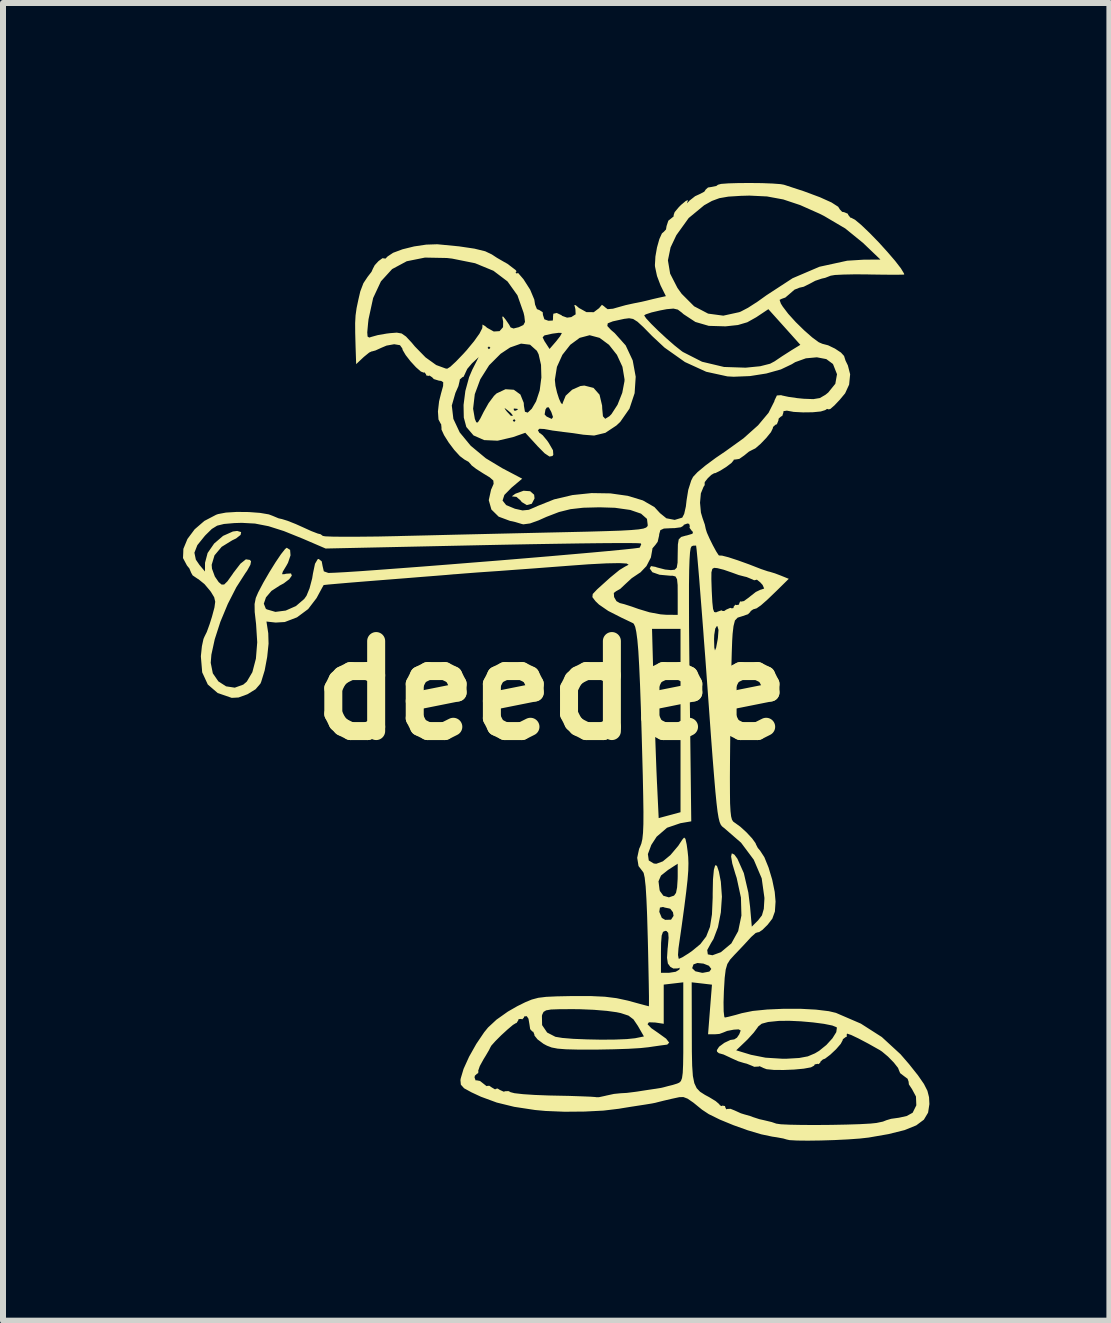
<source format=kicad_pcb>
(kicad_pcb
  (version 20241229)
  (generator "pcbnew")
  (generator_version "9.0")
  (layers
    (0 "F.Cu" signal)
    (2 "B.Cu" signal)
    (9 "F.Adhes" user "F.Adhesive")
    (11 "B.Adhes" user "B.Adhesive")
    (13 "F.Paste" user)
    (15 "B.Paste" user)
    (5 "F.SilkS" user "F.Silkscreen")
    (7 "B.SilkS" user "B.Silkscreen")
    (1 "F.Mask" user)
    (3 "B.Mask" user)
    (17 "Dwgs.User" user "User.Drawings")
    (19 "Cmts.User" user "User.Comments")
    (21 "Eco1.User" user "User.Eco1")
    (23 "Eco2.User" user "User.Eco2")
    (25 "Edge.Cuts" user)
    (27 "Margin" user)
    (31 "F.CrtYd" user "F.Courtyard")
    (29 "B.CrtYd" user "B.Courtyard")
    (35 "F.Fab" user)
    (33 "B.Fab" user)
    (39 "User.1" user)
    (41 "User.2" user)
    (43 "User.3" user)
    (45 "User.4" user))
  (footprint "deedee"
    (layer "F.Cu")
    (at 6.148 8.456)
    (property "Reference" "deedee" (at 0 0 0) (layer "F.SilkS") (effects (font (size 1.5 1.5) (thickness 0.3))))
    (attr board_only exclude_from_pos_files exclude_from_bom)
    (fp_poly (pts (xy -0.362 -3.319) (xy -0.296 -3.261) (xy -0.289 -3.199) (xy -0.335 -3.11) (xy -0.418 -3.088) (xy -0.503 -3.139) (xy -0.519 -3.162) (xy -0.591 -3.225) (xy -0.649 -3.231) (xy -0.667 -3.235) (xy -0.613 -3.274) (xy -0.602 -3.28) (xy -0.472 -3.327)) (stroke (width 0) (type solid)) (fill yes) (layer "F.SilkS"))
    (fp_poly (pts (xy 3.504 -8.454) (xy 3.68 -8.447) (xy 3.813 -8.437) (xy 3.868 -8.427) (xy 4.201 -8.318) (xy 4.467 -8.219) (xy 4.66 -8.132) (xy 4.772 -8.06) (xy 4.8 -8.015) (xy 4.838 -7.975) (xy 4.87 -7.97) (xy 4.932 -7.944) (xy 4.94 -7.923) (xy 4.976 -7.878) (xy 4.99 -7.876) (xy 5.053 -7.843) (xy 5.16 -7.753) (xy 5.295 -7.624) (xy 5.444 -7.471) (xy 5.59 -7.31) (xy 5.72 -7.159) (xy 5.818 -7.032) (xy 5.869 -6.947) (xy 5.872 -6.93) (xy 5.829 -6.928) (xy 5.709 -6.927) (xy 5.532 -6.928) (xy 5.314 -6.931) (xy 5.284 -6.932) (xy 5.057 -6.934) (xy 4.861 -6.93) (xy 4.718 -6.923) (xy 4.646 -6.911) (xy 4.644 -6.91) (xy 4.554 -6.875) (xy 4.499 -6.863) (xy 4.389 -6.826) (xy 4.303 -6.78) (xy 4.197 -6.727) (xy 4.126 -6.711) (xy 4.043 -6.678) (xy 3.974 -6.618) (xy 3.891 -6.547) (xy 3.829 -6.525) (xy 3.795 -6.508) (xy 3.816 -6.447) (xy 3.847 -6.397) (xy 3.939 -6.276) (xy 4.064 -6.138) (xy 4.204 -6.001) (xy 4.338 -5.883) (xy 4.448 -5.802) (xy 4.508 -5.776) (xy 4.604 -5.751) (xy 4.718 -5.696) (xy 4.818 -5.63) (xy 4.87 -5.573) (xy 4.872 -5.566) (xy 4.894 -5.496) (xy 4.933 -5.416) (xy 4.971 -5.268) (xy 4.954 -5.096) (xy 4.887 -4.95) (xy 4.886 -4.949) (xy 4.797 -4.842) (xy 4.709 -4.749) (xy 4.641 -4.69) (xy 4.614 -4.683) (xy 4.614 -4.683) (xy 4.586 -4.691) (xy 4.556 -4.671) (xy 4.481 -4.648) (xy 4.346 -4.635) (xy 4.185 -4.633) (xy 4.031 -4.641) (xy 3.916 -4.662) (xy 3.915 -4.662) (xy 3.86 -4.653) (xy 3.857 -4.626) (xy 3.839 -4.572) (xy 3.822 -4.567) (xy 3.78 -4.53) (xy 3.775 -4.497) (xy 3.75 -4.435) (xy 3.728 -4.428) (xy 3.686 -4.39) (xy 3.682 -4.367) (xy 3.651 -4.303) (xy 3.574 -4.208) (xy 3.479 -4.109) (xy 3.391 -4.033) (xy 3.34 -4.008) (xy 3.284 -3.979) (xy 3.207 -3.916) (xy 3.124 -3.858) (xy 3.069 -3.849) (xy 3.031 -3.845) (xy 3.029 -3.834) (xy 2.994 -3.791) (xy 2.909 -3.726) (xy 2.809 -3.663) (xy 2.727 -3.622) (xy 2.703 -3.618) (xy 2.657 -3.591) (xy 2.598 -3.535) (xy 2.548 -3.472) (xy 2.546 -3.449) (xy 2.547 -3.421) (xy 2.527 -3.391) (xy 2.483 -3.283) (xy 2.469 -3.127) (xy 2.484 -2.963) (xy 2.51 -2.875) (xy 2.549 -2.763) (xy 2.565 -2.688) (xy 2.584 -2.628) (xy 2.628 -2.529) (xy 2.684 -2.416) (xy 2.739 -2.315) (xy 2.78 -2.252) (xy 2.794 -2.247) (xy 2.835 -2.246) (xy 2.944 -2.218) (xy 3.1 -2.167) (xy 3.286 -2.1) (xy 3.481 -2.024) (xy 3.495 -2.019) (xy 3.599 -1.984) (xy 3.629 -1.977) (xy 3.718 -1.95) (xy 3.82 -1.911) (xy 3.948 -1.859) (xy 3.749 -1.663) (xy 3.592 -1.512) (xy 3.484 -1.417) (xy 3.412 -1.367) (xy 3.362 -1.352) (xy 3.358 -1.352) (xy 3.311 -1.32) (xy 3.309 -1.309) (xy 3.269 -1.269) (xy 3.173 -1.236) (xy 3.096 -1.212) (xy 3.051 -1.165) (xy 3.027 -1.071) (xy 3.012 -0.941) (xy 3.005 -0.827) (xy 2.998 -0.634) (xy 2.991 -0.377) (xy 2.984 -0.069) (xy 2.979 0.275) (xy 2.974 0.64) (xy 2.973 0.74) (xy 2.969 1.141) (xy 2.967 1.458) (xy 2.968 1.703) (xy 2.97 1.884) (xy 2.977 2.013) (xy 2.987 2.1) (xy 3.001 2.153) (xy 3.02 2.185) (xy 3.045 2.204) (xy 3.053 2.209) (xy 3.141 2.273) (xy 3.244 2.367) (xy 3.337 2.467) (xy 3.394 2.546) (xy 3.402 2.568) (xy 3.432 2.626) (xy 3.47 2.671) (xy 3.541 2.78) (xy 3.611 2.952) (xy 3.672 3.155) (xy 3.714 3.359) (xy 3.728 3.52) (xy 3.717 3.686) (xy 3.674 3.805) (xy 3.596 3.906) (xy 3.51 3.991) (xy 3.451 4.031) (xy 3.439 4.03) (xy 3.396 4.044) (xy 3.321 4.111) (xy 3.304 4.13) (xy 3.198 4.245) (xy 3.074 4.376) (xy 3.041 4.41) (xy 2.97 4.488) (xy 2.924 4.561) (xy 2.897 4.654) (xy 2.88 4.791) (xy 2.868 4.995) (xy 2.867 5.009) (xy 2.861 5.199) (xy 2.863 5.349) (xy 2.873 5.437) (xy 2.882 5.453) (xy 2.944 5.44) (xy 3.065 5.409) (xy 3.166 5.38) (xy 3.348 5.343) (xy 3.589 5.319) (xy 3.863 5.307) (xy 4.142 5.307) (xy 4.402 5.321) (xy 4.616 5.347) (xy 4.734 5.375) (xy 5.149 5.554) (xy 5.499 5.778) (xy 5.81 6.064) (xy 5.951 6.227) (xy 6.102 6.417) (xy 6.201 6.56) (xy 6.259 6.674) (xy 6.286 6.781) (xy 6.292 6.895) (xy 6.27 7.038) (xy 6.2 7.155) (xy 6.073 7.25) (xy 5.878 7.329) (xy 5.608 7.396) (xy 5.281 7.453) (xy 5.13 7.47) (xy 4.934 7.484) (xy 4.711 7.495) (xy 4.482 7.502) (xy 4.267 7.505) (xy 4.087 7.503) (xy 3.961 7.496) (xy 3.911 7.485) (xy 3.857 7.469) (xy 3.743 7.448) (xy 3.674 7.438) (xy 3.489 7.399) (xy 3.264 7.332) (xy 3.026 7.247) (xy 2.8 7.154) (xy 2.615 7.063) (xy 2.503 6.989) (xy 2.358 6.871) (xy 2.262 6.805) (xy 2.191 6.778) (xy 2.126 6.78) (xy 2.114 6.782) (xy 1.999 6.807) (xy 1.866 6.838) (xy 1.758 6.865) (xy 1.724 6.874) (xy 1.669 6.885) (xy 1.552 6.904) (xy 1.468 6.917) (xy 1.306 6.942) (xy 1.164 6.965) (xy 1.119 6.973) (xy 0.859 7.004) (xy 0.545 7.02) (xy 0.211 7.023) (xy -0.105 7.01) (xy -0.28 6.994) (xy -0.628 6.941) (xy -0.918 6.87) (xy -1.182 6.773) (xy -1.341 6.699) (xy -1.463 6.632) (xy -1.517 6.572) (xy -1.524 6.496) (xy -1.52 6.471) (xy -1.515 6.453) (xy -1.289 6.453) (xy -1.271 6.501) (xy -1.254 6.499) (xy -1.198 6.51) (xy -1.146 6.551) (xy -1.089 6.596) (xy -1.072 6.592) (xy -1.043 6.59) (xy -1.002 6.618) (xy -0.946 6.651) (xy -0.932 6.641) (xy -0.904 6.636) (xy -0.87 6.658) (xy -0.802 6.689) (xy -0.777 6.681) (xy -0.721 6.679) (xy -0.689 6.697) (xy -0.623 6.714) (xy -0.482 6.73) (xy -0.285 6.743) (xy -0.049 6.752) (xy 0.047 6.754) (xy 0.287 6.759) (xy 0.492 6.766) (xy 0.644 6.772) (xy 0.727 6.778) (xy 0.737 6.781) (xy 0.787 6.78) (xy 0.889 6.758) (xy 0.9 6.755) (xy 1.034 6.726) (xy 1.142 6.715) (xy 1.248 6.709) (xy 1.392 6.691) (xy 1.421 6.687) (xy 1.574 6.663) (xy 1.708 6.643) (xy 1.724 6.641) (xy 1.822 6.625) (xy 1.864 6.615) (xy 1.927 6.598) (xy 1.934 6.596) (xy 2.012 6.577) (xy 2.086 6.554) (xy 2.123 6.538) (xy 2.15 6.512) (xy 2.169 6.462) (xy 2.181 6.375) (xy 2.187 6.237) (xy 2.19 6.036) (xy 2.19 5.756) (xy 2.19 5.692) (xy 2.19 4.866) (xy 2.33 4.866) (xy 2.332 5.707) (xy 2.333 6.022) (xy 2.338 6.257) (xy 2.35 6.428) (xy 2.374 6.547) (xy 2.413 6.63) (xy 2.47 6.69) (xy 2.551 6.742) (xy 2.622 6.78) (xy 2.729 6.845) (xy 2.791 6.898) (xy 2.796 6.911) (xy 2.826 6.929) (xy 2.843 6.921) (xy 2.885 6.928) (xy 2.89 6.949) (xy 2.907 6.984) (xy 2.919 6.977) (xy 2.977 6.974) (xy 3.047 7.002) (xy 3.15 7.049) (xy 3.208 7.067) (xy 3.304 7.094) (xy 3.348 7.111) (xy 3.459 7.147) (xy 3.531 7.163) (xy 3.664 7.195) (xy 3.74 7.221) (xy 3.816 7.232) (xy 3.965 7.239) (xy 4.169 7.243) (xy 4.407 7.244) (xy 4.66 7.242) (xy 4.908 7.237) (xy 5.132 7.23) (xy 5.313 7.22) (xy 5.409 7.21) (xy 5.518 7.187) (xy 5.576 7.164) (xy 5.653 7.141) (xy 5.774 7.124) (xy 5.783 7.123) (xy 5.914 7.094) (xy 6.01 7.041) (xy 6.013 7.039) (xy 6.074 6.916) (xy 6.068 6.769) (xy 6.002 6.646) (xy 5.95 6.567) (xy 5.945 6.52) (xy 5.928 6.473) (xy 5.874 6.433) (xy 5.805 6.38) (xy 5.791 6.348) (xy 5.769 6.292) (xy 5.698 6.202) (xy 5.601 6.103) (xy 5.502 6.02) (xy 5.466 5.996) (xy 5.274 5.888) (xy 5.109 5.801) (xy 4.987 5.743) (xy 4.921 5.721) (xy 4.915 5.729) (xy 4.914 5.774) (xy 4.896 5.779) (xy 4.849 5.815) (xy 4.847 5.83) (xy 4.814 5.892) (xy 4.736 5.982) (xy 4.639 6.073) (xy 4.553 6.138) (xy 4.516 6.152) (xy 4.476 6.188) (xy 4.474 6.201) (xy 4.446 6.23) (xy 4.432 6.224) (xy 4.381 6.234) (xy 4.37 6.255) (xy 4.318 6.283) (xy 4.198 6.305) (xy 4.039 6.32) (xy 3.864 6.327) (xy 3.702 6.326) (xy 3.578 6.314) (xy 3.518 6.291) (xy 3.518 6.29) (xy 3.462 6.264) (xy 3.446 6.27) (xy 3.372 6.274) (xy 3.344 6.261) (xy 3.247 6.222) (xy 3.202 6.211) (xy 3.104 6.181) (xy 2.98 6.125) (xy 2.969 6.119) (xy 2.861 6.069) (xy 2.79 6.049) (xy 2.785 6.049) (xy 2.753 6.022) (xy 2.75 5.999) (xy 3.072 5.999) (xy 3.319 6.074) (xy 3.561 6.122) (xy 3.849 6.14) (xy 3.918 6.139) (xy 4.122 6.127) (xy 4.266 6.1) (xy 4.384 6.05) (xy 4.454 6.008) (xy 4.575 5.91) (xy 4.676 5.799) (xy 4.74 5.696) (xy 4.75 5.623) (xy 4.744 5.614) (xy 4.674 5.586) (xy 4.535 5.558) (xy 4.352 5.534) (xy 4.15 5.516) (xy 3.953 5.507) (xy 3.786 5.509) (xy 3.782 5.509) (xy 3.604 5.527) (xy 3.497 5.556) (xy 3.438 5.603) (xy 3.429 5.618) (xy 3.364 5.705) (xy 3.263 5.816) (xy 3.225 5.853) (xy 3.072 5.999) (xy 2.75 5.999) (xy 2.75 5.996) (xy 2.787 5.939) (xy 2.875 5.874) (xy 2.974 5.827) (xy 3.04 5.817) (xy 3.085 5.788) (xy 3.123 5.732) (xy 3.147 5.669) (xy 3.113 5.65) (xy 3.031 5.655) (xy 2.921 5.676) (xy 2.858 5.702) (xy 2.792 5.726) (xy 2.715 5.732) (xy 2.603 5.732) (xy 2.635 5.319) (xy 2.668 4.905) (xy 2.499 4.885) (xy 2.33 4.866) (xy 2.19 4.866) (xy 2.027 4.885) (xy 1.864 4.904) (xy 1.864 5.23) (xy 1.864 5.557) (xy 1.724 5.536) (xy 1.617 5.532) (xy 1.594 5.564) (xy 1.657 5.63) (xy 1.771 5.709) (xy 1.904 5.805) (xy 1.955 5.871) (xy 1.923 5.904) (xy 1.899 5.907) (xy 1.822 5.917) (xy 1.689 5.936) (xy 1.608 5.948) (xy 1.475 5.962) (xy 1.274 5.974) (xy 1.029 5.982) (xy 0.765 5.987) (xy 0.699 5.987) (xy 0.428 5.987) (xy 0.233 5.982) (xy 0.095 5.971) (xy -0.004 5.952) (xy -0.082 5.922) (xy -0.14 5.891) (xy -0.239 5.817) (xy -0.29 5.754) (xy -0.291 5.739) (xy -0.311 5.689) (xy -0.326 5.686) (xy -0.362 5.646) (xy -0.373 5.572) (xy -0.39 5.473) (xy -0.419 5.43) (xy -0.462 5.435) (xy -0.466 5.453) (xy -0.494 5.483) (xy -0.513 5.476) (xy -0.556 5.48) (xy -0.559 5.497) (xy -0.589 5.544) (xy -0.6 5.546) (xy -0.649 5.576) (xy -0.738 5.651) (xy -0.844 5.748) (xy -0.942 5.846) (xy -1.009 5.921) (xy -1.025 5.949) (xy -1.048 5.996) (xy -1.105 6.093) (xy -1.139 6.148) (xy -1.201 6.261) (xy -1.228 6.339) (xy -1.225 6.357) (xy -1.23 6.384) (xy -1.243 6.385) (xy -1.284 6.423) (xy -1.289 6.453) (xy -1.515 6.453) (xy -1.472 6.309) (xy -1.38 6.106) (xy -1.26 5.893) (xy -1.129 5.699) (xy -1.064 5.619) (xy -0.923 5.488) (xy -0.834 5.425) (xy -0.166 5.425) (xy -0.163 5.579) (xy -0.079 5.703) (xy 0.059 5.774) (xy 0.175 5.793) (xy 0.358 5.808) (xy 0.583 5.817) (xy 0.824 5.822) (xy 1.055 5.82) (xy 1.251 5.812) (xy 1.386 5.798) (xy 1.391 5.797) (xy 1.534 5.768) (xy 1.433 5.592) (xy 1.36 5.484) (xy 1.277 5.421) (xy 1.149 5.379) (xy 1.077 5.364) (xy 0.917 5.342) (xy 0.7 5.324) (xy 0.461 5.314) (xy 0.343 5.313) (xy 0.127 5.314) (xy -0.014 5.319) (xy -0.096 5.333) (xy -0.139 5.359) (xy -0.16 5.402) (xy -0.166 5.425) (xy -0.834 5.425) (xy -0.734 5.354) (xy -0.577 5.264) (xy -0.444 5.198) (xy -0.335 5.153) (xy -0.226 5.124) (xy -0.095 5.108) (xy 0.082 5.1) (xy 0.328 5.095) (xy 0.347 5.095) (xy 0.648 5.095) (xy 0.883 5.106) (xy 1.077 5.13) (xy 1.258 5.169) (xy 1.282 5.175) (xy 1.442 5.219) (xy 1.561 5.251) (xy 1.616 5.265) (xy 1.617 5.265) (xy 1.618 5.221) (xy 1.618 5.097) (xy 1.615 4.904) (xy 1.611 4.707) (xy 1.818 4.707) (xy 1.955 4.707) (xy 2.064 4.69) (xy 2.125 4.653) (xy 2.129 4.63) (xy 2.338 4.63) (xy 2.391 4.682) (xy 2.501 4.707) (xy 2.519 4.707) (xy 2.625 4.687) (xy 2.657 4.643) (xy 2.617 4.59) (xy 2.526 4.554) (xy 2.425 4.544) (xy 2.36 4.567) (xy 2.338 4.63) (xy 2.129 4.63) (xy 2.131 4.622) (xy 2.102 4.634) (xy 2.025 4.636) (xy 1.974 4.608) (xy 1.933 4.552) (xy 1.919 4.457) (xy 1.929 4.3) (xy 1.932 4.278) (xy 1.945 4.124) (xy 1.939 4.042) (xy 1.911 4.011) (xy 1.89 4.008) (xy 1.852 4.025) (xy 1.83 4.086) (xy 1.82 4.21) (xy 1.818 4.358) (xy 1.818 4.707) (xy 1.611 4.707) (xy 1.61 4.657) (xy 1.604 4.368) (xy 1.599 4.16) (xy 1.588 3.779) (xy 1.585 3.691) (xy 1.79 3.691) (xy 1.832 3.792) (xy 1.888 3.825) (xy 1.986 3.822) (xy 2.028 3.758) (xy 2.018 3.698) (xy 1.974 3.641) (xy 1.956 3.635) (xy 1.882 3.62) (xy 1.852 3.61) (xy 1.801 3.62) (xy 1.79 3.691) (xy 1.585 3.691) (xy 1.576 3.484) (xy 1.563 3.268) (xy 1.553 3.182) (xy 1.777 3.182) (xy 1.794 3.319) (xy 1.8 3.344) (xy 1.858 3.423) (xy 1.95 3.45) (xy 2.036 3.421) (xy 2.069 3.375) (xy 2.087 3.284) (xy 2.096 3.146) (xy 2.097 3.095) (xy 2.097 2.889) (xy 1.935 2.994) (xy 1.819 3.086) (xy 1.777 3.182) (xy 1.553 3.182) (xy 1.547 3.123) (xy 1.529 3.042) (xy 1.513 3.018) (xy 1.444 2.928) (xy 1.422 2.791) (xy 1.435 2.729) (xy 1.6 2.729) (xy 1.615 2.835) (xy 1.699 2.886) (xy 1.741 2.89) (xy 1.849 2.85) (xy 1.976 2.745) (xy 2.106 2.591) (xy 2.173 2.489) (xy 2.204 2.453) (xy 2.226 2.475) (xy 2.247 2.57) (xy 2.262 2.68) (xy 2.272 2.777) (xy 2.276 2.881) (xy 2.273 3.004) (xy 2.261 3.158) (xy 2.239 3.355) (xy 2.207 3.608) (xy 2.163 3.93) (xy 2.11 4.299) (xy 2.102 4.411) (xy 2.113 4.471) (xy 2.119 4.474) (xy 2.174 4.449) (xy 2.275 4.386) (xy 2.333 4.346) (xy 2.474 4.23) (xy 2.572 4.102) (xy 2.635 3.942) (xy 2.668 3.733) (xy 2.68 3.454) (xy 2.68 3.391) (xy 2.685 3.15) (xy 2.7 2.99) (xy 2.722 2.914) (xy 2.751 2.924) (xy 2.784 3.022) (xy 2.816 3.19) (xy 2.834 3.439) (xy 2.816 3.701) (xy 2.768 3.947) (xy 2.693 4.145) (xy 2.655 4.207) (xy 2.589 4.328) (xy 2.599 4.4) (xy 2.676 4.415) (xy 2.811 4.366) (xy 2.82 4.361) (xy 2.991 4.218) (xy 3.105 4.012) (xy 3.159 3.753) (xy 3.151 3.454) (xy 3.08 3.126) (xy 3.059 3.062) (xy 3.007 2.887) (xy 2.987 2.769) (xy 2.999 2.716) (xy 3.042 2.738) (xy 3.092 2.806) (xy 3.199 3.046) (xy 3.274 3.369) (xy 3.303 3.605) (xy 3.332 3.938) (xy 3.437 3.833) (xy 3.501 3.75) (xy 3.532 3.642) (xy 3.542 3.477) (xy 3.542 3.456) (xy 3.497 3.133) (xy 3.365 2.823) (xy 3.153 2.539) (xy 2.868 2.292) (xy 2.857 2.284) (xy 2.834 2.265) (xy 2.813 2.236) (xy 2.795 2.192) (xy 2.778 2.122) (xy 2.761 2.02) (xy 2.744 1.877) (xy 2.725 1.686) (xy 2.704 1.439) (xy 2.679 1.128) (xy 2.65 0.745) (xy 2.617 0.283) (xy 2.59 -0.089) (xy 2.557 -0.543) (xy 2.533 -0.854) (xy 2.703 -0.854) (xy 2.707 -0.713) (xy 2.718 -0.665) (xy 2.737 -0.71) (xy 2.763 -0.847) (xy 2.767 -0.874) (xy 2.777 -1.007) (xy 2.759 -1.069) (xy 2.75 -1.072) (xy 2.723 -1.03) (xy 2.706 -0.924) (xy 2.703 -0.854) (xy 2.533 -0.854) (xy 2.525 -0.968) (xy 2.495 -1.355) (xy 2.468 -1.695) (xy 2.456 -1.851) (xy 2.658 -1.851) (xy 2.664 -1.661) (xy 2.674 -1.471) (xy 2.686 -1.358) (xy 2.705 -1.306) (xy 2.736 -1.3) (xy 2.761 -1.311) (xy 2.827 -1.334) (xy 2.843 -1.324) (xy 2.871 -1.322) (xy 2.905 -1.345) (xy 2.973 -1.375) (xy 2.999 -1.367) (xy 3.027 -1.372) (xy 3.029 -1.393) (xy 3.057 -1.428) (xy 3.076 -1.421) (xy 3.118 -1.429) (xy 3.123 -1.45) (xy 3.139 -1.485) (xy 3.151 -1.479) (xy 3.2 -1.488) (xy 3.283 -1.548) (xy 3.302 -1.564) (xy 3.399 -1.64) (xy 3.476 -1.677) (xy 3.483 -1.678) (xy 3.538 -1.697) (xy 3.512 -1.757) (xy 3.472 -1.801) (xy 3.417 -1.845) (xy 3.402 -1.841) (xy 3.371 -1.835) (xy 3.344 -1.848) (xy 3.245 -1.889) (xy 3.21 -1.897) (xy 3.114 -1.922) (xy 3.001 -1.963) (xy 2.865 -2.01) (xy 2.758 -2.037) (xy 2.705 -2.042) (xy 2.674 -2.025) (xy 2.659 -1.967) (xy 2.658 -1.851) (xy 2.456 -1.851) (xy 2.445 -1.98) (xy 2.426 -2.2) (xy 2.412 -2.347) (xy 2.404 -2.411) (xy 2.403 -2.413) (xy 2.352 -2.411) (xy 2.326 -2.398) (xy 2.313 -2.369) (xy 2.302 -2.298) (xy 2.294 -2.177) (xy 2.288 -2.001) (xy 2.285 -1.763) (xy 2.285 -1.457) (xy 2.286 -1.077) (xy 2.29 -0.616) (xy 2.296 -0.089) (xy 2.323 2.183) (xy 2.142 2.214) (xy 1.919 2.29) (xy 1.746 2.439) (xy 1.657 2.576) (xy 1.6 2.729) (xy 1.435 2.729) (xy 1.454 2.641) (xy 1.469 2.609) (xy 1.491 2.553) (xy 1.508 2.479) (xy 1.519 2.375) (xy 1.525 2.228) (xy 1.526 2.027) (xy 1.522 1.759) (xy 1.515 1.414) (xy 1.512 1.303) (xy 1.497 0.752) (xy 1.483 0.288) (xy 1.469 -0.097) (xy 1.455 -0.408) (xy 1.441 -0.654) (xy 1.425 -0.839) (xy 1.407 -0.973) (xy 1.396 -1.025) (xy 1.669 -1.025) (xy 1.697 -0.012) (xy 1.708 0.331) (xy 1.719 0.685) (xy 1.731 1.023) (xy 1.742 1.32) (xy 1.752 1.552) (xy 1.753 1.565) (xy 1.78 2.129) (xy 1.962 2.08) (xy 2.144 2.031) (xy 2.144 0.503) (xy 2.144 -1.025) (xy 1.906 -1.025) (xy 1.669 -1.025) (xy 1.396 -1.025) (xy 1.388 -1.06) (xy 1.366 -1.108) (xy 1.352 -1.12) (xy 1.256 -1.166) (xy 1.165 -1.209) (xy 0.939 -1.324) (xy 0.785 -1.43) (xy 0.726 -1.487) (xy 0.675 -1.554) (xy 0.681 -1.606) (xy 0.697 -1.623) (xy 1.032 -1.623) (xy 1.037 -1.555) (xy 1.076 -1.487) (xy 1.132 -1.455) (xy 1.204 -1.437) (xy 1.332 -1.396) (xy 1.445 -1.356) (xy 1.627 -1.301) (xy 1.811 -1.267) (xy 1.899 -1.26) (xy 2.097 -1.258) (xy 2.097 -1.585) (xy 2.096 -1.755) (xy 2.086 -1.852) (xy 2.06 -1.898) (xy 2.011 -1.911) (xy 1.969 -1.911) (xy 1.794 -1.927) (xy 1.675 -1.969) (xy 1.631 -2.031) (xy 1.631 -2.032) (xy 1.652 -2.071) (xy 1.727 -2.058) (xy 1.751 -2.049) (xy 1.887 -2.014) (xy 1.984 -2.004) (xy 2.047 -2.011) (xy 2.081 -2.045) (xy 2.095 -2.129) (xy 2.097 -2.278) (xy 2.1 -2.431) (xy 2.114 -2.516) (xy 2.155 -2.557) (xy 2.232 -2.579) (xy 2.249 -2.582) (xy 2.343 -2.61) (xy 2.352 -2.641) (xy 2.336 -2.653) (xy 2.294 -2.71) (xy 2.299 -2.737) (xy 2.288 -2.775) (xy 2.258 -2.781) (xy 2.198 -2.759) (xy 2.19 -2.742) (xy 2.149 -2.718) (xy 2.045 -2.704) (xy 1.992 -2.703) (xy 1.867 -2.697) (xy 1.808 -2.67) (xy 1.789 -2.604) (xy 1.787 -2.58) (xy 1.763 -2.476) (xy 1.725 -2.424) (xy 1.676 -2.367) (xy 1.674 -2.348) (xy 1.65 -2.214) (xy 1.576 -2.071) (xy 1.476 -1.966) (xy 1.455 -1.953) (xy 1.33 -1.869) (xy 1.224 -1.771) (xy 1.139 -1.691) (xy 1.075 -1.655) (xy 1.072 -1.654) (xy 1.032 -1.623) (xy 0.697 -1.623) (xy 0.75 -1.679) (xy 0.758 -1.687) (xy 0.973 -1.881) (xy 1.126 -2.006) (xy 1.218 -2.062) (xy 1.279 -2.094) (xy 1.247 -2.114) (xy 1.125 -2.121) (xy 0.912 -2.117) (xy 0.61 -2.101) (xy 0.296 -2.078) (xy -0.02 -2.054) (xy -0.334 -2.03) (xy -0.624 -2.009) (xy -0.864 -1.991) (xy -1.025 -1.98) (xy -1.24 -1.965) (xy -1.448 -1.949) (xy -1.61 -1.936) (xy -1.631 -1.935) (xy -1.741 -1.925) (xy -1.926 -1.91) (xy -2.169 -1.891) (xy -2.452 -1.868) (xy -2.756 -1.844) (xy -2.82 -1.839) (xy -3.11 -1.816) (xy -3.367 -1.795) (xy -3.577 -1.777) (xy -3.725 -1.764) (xy -3.798 -1.756) (xy -3.804 -1.755) (xy -3.827 -1.714) (xy -3.88 -1.616) (xy -3.922 -1.538) (xy -4.062 -1.355) (xy -4.248 -1.217) (xy -4.452 -1.139) (xy -4.604 -1.13) (xy -4.757 -1.147) (xy -4.727 -0.952) (xy -4.722 -0.777) (xy -4.745 -0.556) (xy -4.787 -0.331) (xy -4.845 -0.142) (xy -4.858 -0.112) (xy -4.939 -0.018) (xy -5.074 0.065) (xy -5.223 0.119) (xy -5.336 0.125) (xy -5.571 0.044) (xy -5.735 -0.098) (xy -5.828 -0.3) (xy -5.85 -0.563) (xy -5.849 -0.582) (xy -5.833 -0.736) (xy -5.807 -0.856) (xy -5.788 -0.9) (xy -5.752 -0.972) (xy -5.704 -1.104) (xy -5.665 -1.228) (xy -5.624 -1.381) (xy -5.611 -1.477) (xy -5.628 -1.551) (xy -5.678 -1.634) (xy -5.694 -1.657) (xy -5.79 -1.771) (xy -5.89 -1.852) (xy -5.906 -1.861) (xy -5.987 -1.916) (xy -6.012 -1.96) (xy -6.042 -2.032) (xy -6.082 -2.081) (xy -6.148 -2.205) (xy -6.144 -2.294) (xy -5.958 -2.294) (xy -5.934 -2.179) (xy -5.874 -2.091) (xy -5.782 -1.981) (xy -5.781 -2.126) (xy -5.738 -2.289) (xy -5.629 -2.447) (xy -5.48 -2.575) (xy -5.316 -2.648) (xy -5.245 -2.657) (xy -5.179 -2.638) (xy -5.188 -2.591) (xy -5.263 -2.532) (xy -5.329 -2.5) (xy -5.504 -2.392) (xy -5.623 -2.25) (xy -5.67 -2.093) (xy -5.665 -2.028) (xy -5.617 -1.897) (xy -5.553 -1.804) (xy -5.504 -1.763) (xy -5.462 -1.764) (xy -5.407 -1.818) (xy -5.322 -1.937) (xy -5.31 -1.956) (xy -5.19 -2.112) (xy -5.1 -2.184) (xy -5.033 -2.174) (xy -5.014 -2.151) (xy -5.025 -2.093) (xy -5.08 -1.994) (xy -5.109 -1.953) (xy -5.259 -1.719) (xy -5.401 -1.441) (xy -5.525 -1.143) (xy -5.619 -0.852) (xy -5.675 -0.595) (xy -5.686 -0.459) (xy -5.651 -0.284) (xy -5.559 -0.15) (xy -5.43 -0.067) (xy -5.285 -0.045) (xy -5.143 -0.096) (xy -5.084 -0.147) (xy -4.992 -0.303) (xy -4.933 -0.528) (xy -4.911 -0.801) (xy -4.93 -1.103) (xy -4.931 -1.113) (xy -4.953 -1.307) (xy -4.955 -1.439) (xy -4.935 -1.54) (xy -4.896 -1.631) (xy -4.809 -1.796) (xy -4.708 -1.97) (xy -4.606 -2.134) (xy -4.515 -2.269) (xy -4.447 -2.355) (xy -4.419 -2.377) (xy -4.363 -2.341) (xy -4.356 -2.25) (xy -4.398 -2.126) (xy -4.424 -2.079) (xy -4.485 -1.978) (xy -4.497 -1.936) (xy -4.461 -1.936) (xy -4.429 -1.944) (xy -4.348 -1.949) (xy -4.334 -1.913) (xy -4.377 -1.853) (xy -4.469 -1.783) (xy -4.534 -1.748) (xy -4.673 -1.658) (xy -4.765 -1.55) (xy -4.801 -1.445) (xy -4.769 -1.363) (xy -4.752 -1.35) (xy -4.608 -1.308) (xy -4.436 -1.33) (xy -4.266 -1.405) (xy -4.128 -1.523) (xy -4.09 -1.576) (xy -4.039 -1.7) (xy -3.995 -1.867) (xy -3.982 -1.948) (xy -3.948 -2.11) (xy -3.903 -2.186) (xy -3.886 -2.19) (xy -3.836 -2.15) (xy -3.822 -2.074) (xy -3.801 -1.984) (xy -3.726 -1.957) (xy -3.717 -1.957) (xy -3.612 -1.961) (xy -3.43 -1.971) (xy -3.183 -1.987) (xy -2.88 -2.009) (xy -2.532 -2.035) (xy -2.149 -2.064) (xy -1.741 -2.096) (xy -1.318 -2.13) (xy -0.891 -2.164) (xy -0.47 -2.199) (xy -0.065 -2.233) (xy 0.313 -2.266) (xy 0.655 -2.296) (xy 0.95 -2.323) (xy 1.188 -2.346) (xy 1.358 -2.364) (xy 1.451 -2.376) (xy 1.465 -2.38) (xy 1.489 -2.435) (xy 1.482 -2.449) (xy 1.431 -2.453) (xy 1.296 -2.455) (xy 1.085 -2.455) (xy 0.806 -2.453) (xy 0.467 -2.449) (xy 0.078 -2.443) (xy -0.354 -2.436) (xy -0.821 -2.427) (xy -1.158 -2.42) (xy -3.771 -2.364) (xy -4.157 -2.53) (xy -4.467 -2.655) (xy -4.722 -2.736) (xy -4.948 -2.78) (xy -5.169 -2.792) (xy -5.295 -2.788) (xy -5.466 -2.773) (xy -5.579 -2.745) (xy -5.668 -2.69) (xy -5.769 -2.591) (xy -5.785 -2.574) (xy -5.909 -2.42) (xy -5.958 -2.294) (xy -6.144 -2.294) (xy -6.142 -2.358) (xy -6.074 -2.523) (xy -5.954 -2.684) (xy -5.792 -2.824) (xy -5.597 -2.926) (xy -5.564 -2.938) (xy -5.433 -2.963) (xy -5.252 -2.974) (xy -5.052 -2.972) (xy -4.864 -2.958) (xy -4.718 -2.933) (xy -4.657 -2.91) (xy -4.554 -2.867) (xy -4.499 -2.855) (xy -4.408 -2.827) (xy -4.269 -2.772) (xy -4.149 -2.718) (xy -4.008 -2.654) (xy -3.901 -2.613) (xy -3.857 -2.603) (xy -3.822 -2.578) (xy -3.822 -2.575) (xy -3.777 -2.567) (xy -3.651 -2.562) (xy -3.455 -2.56) (xy -3.202 -2.561) (xy -2.902 -2.564) (xy -2.567 -2.571) (xy -2.505 -2.573) (xy -2.077 -2.583) (xy -1.588 -2.595) (xy -1.07 -2.607) (xy -0.554 -2.619) (xy -0.073 -2.63) (xy 0.194 -2.636) (xy 0.591 -2.645) (xy 0.904 -2.654) (xy 1.144 -2.662) (xy 1.321 -2.672) (xy 1.444 -2.683) (xy 1.524 -2.696) (xy 1.57 -2.713) (xy 1.592 -2.734) (xy 1.598 -2.75) (xy 1.585 -2.858) (xy 1.486 -2.945) (xy 1.306 -3.007) (xy 1.051 -3.043) (xy 0.792 -3.051) (xy 0.523 -3.044) (xy 0.311 -3.02) (xy 0.118 -2.972) (xy -0.09 -2.892) (xy -0.222 -2.833) (xy -0.364 -2.782) (xy -0.476 -2.767) (xy -0.502 -2.773) (xy -0.612 -2.806) (xy -0.699 -2.825) (xy -0.887 -2.895) (xy -1.008 -3.014) (xy -1.052 -3.17) (xy -1.013 -3.347) (xy -1.006 -3.361) (xy -0.971 -3.442) (xy -0.976 -3.497) (xy -1.036 -3.55) (xy -1.145 -3.616) (xy -1.262 -3.691) (xy -1.337 -3.749) (xy -1.352 -3.768) (xy -1.389 -3.809) (xy -1.456 -3.846) (xy -1.533 -3.904) (xy -1.627 -4.007) (xy -1.721 -4.132) (xy -1.797 -4.253) (xy -1.84 -4.347) (xy -1.84 -4.383) (xy -1.846 -4.438) (xy -1.853 -4.444) (xy -1.89 -4.515) (xy -1.899 -4.649) (xy -1.888 -4.747) (xy -1.668 -4.747) (xy -1.642 -4.525) (xy -1.536 -4.299) (xy -1.353 -4.077) (xy -1.1 -3.867) (xy -0.826 -3.702) (xy -0.495 -3.528) (xy -0.674 -3.377) (xy -0.792 -3.257) (xy -0.822 -3.163) (xy -0.762 -3.088) (xy -0.616 -3.027) (xy -0.489 -2.999) (xy -0.385 -3.009) (xy -0.254 -3.065) (xy -0.241 -3.072) (xy 0.037 -3.183) (xy 0.343 -3.255) (xy 0.662 -3.288) (xy 0.975 -3.283) (xy 1.265 -3.242) (xy 1.516 -3.166) (xy 1.709 -3.055) (xy 1.803 -2.953) (xy 1.908 -2.868) (xy 2.047 -2.841) (xy 2.173 -2.879) (xy 2.205 -2.941) (xy 2.233 -3.065) (xy 2.245 -3.169) (xy 2.273 -3.342) (xy 2.322 -3.497) (xy 2.353 -3.558) (xy 2.427 -3.637) (xy 2.56 -3.748) (xy 2.733 -3.876) (xy 2.892 -3.984) (xy 3.194 -4.201) (xy 3.437 -4.418) (xy 3.611 -4.626) (xy 3.707 -4.816) (xy 3.712 -4.836) (xy 3.75 -4.915) (xy 3.82 -4.92) (xy 3.839 -4.914) (xy 3.941 -4.892) (xy 4.094 -4.87) (xy 4.198 -4.86) (xy 4.358 -4.854) (xy 4.466 -4.872) (xy 4.559 -4.926) (xy 4.606 -4.964) (xy 4.724 -5.11) (xy 4.752 -5.269) (xy 4.687 -5.434) (xy 4.681 -5.442) (xy 4.574 -5.521) (xy 4.416 -5.551) (xy 4.233 -5.534) (xy 4.055 -5.47) (xy 3.999 -5.436) (xy 3.817 -5.349) (xy 3.574 -5.281) (xy 3.301 -5.238) (xy 3.029 -5.227) (xy 2.925 -5.233) (xy 2.572 -5.31) (xy 2.218 -5.472) (xy 1.877 -5.713) (xy 1.67 -5.906) (xy 1.526 -6.053) (xy 1.427 -6.144) (xy 1.354 -6.19) (xy 1.287 -6.202) (xy 1.207 -6.192) (xy 1.183 -6.187) (xy 1.015 -6.15) (xy 0.931 -6.117) (xy 0.924 -6.073) (xy 0.985 -6.007) (xy 1.046 -5.955) (xy 1.23 -5.749) (xy 1.347 -5.499) (xy 1.397 -5.227) (xy 1.379 -4.953) (xy 1.293 -4.695) (xy 1.139 -4.474) (xy 1.075 -4.414) (xy 0.891 -4.292) (xy 0.704 -4.247) (xy 0.524 -4.261) (xy 0.353 -4.287) (xy 0.174 -4.309) (xy 0.163 -4.311) (xy 0.014 -4.33) (xy -0.113 -4.353) (xy -0.128 -4.356) (xy -0.208 -4.36) (xy -0.233 -4.335) (xy -0.207 -4.289) (xy -0.198 -4.287) (xy -0.153 -4.252) (xy -0.08 -4.164) (xy -0.051 -4.122) (xy 0.018 -4.002) (xy 0.024 -3.928) (xy 0.01 -3.906) (xy -0.04 -3.897) (xy -0.12 -3.95) (xy -0.242 -4.073) (xy -0.242 -4.074) (xy -0.443 -4.293) (xy -0.647 -4.221) (xy -0.904 -4.161) (xy -1.128 -4.171) (xy -1.306 -4.249) (xy -1.426 -4.39) (xy -1.468 -4.547) (xy -1.471 -4.694) (xy -1.313 -4.694) (xy -1.284 -4.525) (xy -1.26 -4.467) (xy -1.234 -4.466) (xy -1.214 -4.497) (xy -0.652 -4.497) (xy -0.629 -4.474) (xy -0.606 -4.497) (xy -0.629 -4.521) (xy -0.652 -4.497) (xy -1.214 -4.497) (xy -1.193 -4.53) (xy -1.138 -4.64) (xy -1.1 -4.707) (xy -0.789 -4.707) (xy -0.778 -4.683) (xy -0.752 -4.649) (xy -0.684 -4.576) (xy -0.653 -4.577) (xy -0.652 -4.585) (xy -0.664 -4.598) (xy -0.121 -4.598) (xy -0.087 -4.563) (xy -0.003 -4.524) (xy 0.019 -4.555) (xy -0.01 -4.64) (xy -0.052 -4.717) (xy -0.084 -4.715) (xy -0.107 -4.681) (xy -0.121 -4.598) (xy -0.664 -4.598) (xy -0.684 -4.624) (xy -0.734 -4.666) (xy -0.768 -4.692) (xy -0.637 -4.692) (xy -0.631 -4.664) (xy -0.606 -4.661) (xy -0.568 -4.678) (xy -0.575 -4.692) (xy -0.63 -4.697) (xy -0.637 -4.692) (xy -0.768 -4.692) (xy -0.789 -4.707) (xy -1.1 -4.707) (xy -1.055 -4.787) (xy -0.965 -4.908) (xy -0.922 -4.949) (xy -0.773 -5.019) (xy -0.634 -5.01) (xy -0.525 -4.931) (xy -0.469 -4.792) (xy -0.466 -4.743) (xy -0.449 -4.644) (xy -0.403 -4.629) (xy -0.335 -4.694) (xy -0.263 -4.817) (xy -0.203 -4.999) (xy -0.18 -5.179) (xy 0.05 -5.179) (xy 0.05 -5.173) (xy 0.06 -5.075) (xy 0.086 -4.963) (xy 0.119 -4.86) (xy 0.152 -4.788) (xy 0.175 -4.769) (xy 0.183 -4.797) (xy 0.23 -4.911) (xy 0.338 -5.011) (xy 0.475 -5.072) (xy 0.541 -5.08) (xy 0.694 -5.041) (xy 0.794 -4.928) (xy 0.837 -4.746) (xy 0.839 -4.697) (xy 0.851 -4.568) (xy 0.889 -4.526) (xy 0.959 -4.569) (xy 0.993 -4.604) (xy 1.094 -4.76) (xy 1.173 -4.959) (xy 1.21 -5.153) (xy 1.211 -5.183) (xy 1.176 -5.393) (xy 1.084 -5.592) (xy 0.952 -5.759) (xy 0.795 -5.875) (xy 0.63 -5.919) (xy 0.629 -5.919) (xy 0.463 -5.875) (xy 0.307 -5.76) (xy 0.175 -5.592) (xy 0.084 -5.391) (xy 0.05 -5.179) (xy -0.18 -5.179) (xy -0.175 -5.213) (xy -0.181 -5.425) (xy -0.221 -5.601) (xy -0.25 -5.659) (xy -0.364 -5.761) (xy -0.514 -5.779) (xy -0.696 -5.715) (xy -0.854 -5.61) (xy -1.046 -5.418) (xy -1.193 -5.185) (xy -1.285 -4.936) (xy -1.313 -4.694) (xy -1.471 -4.694) (xy -1.472 -4.757) (xy -1.442 -4.991) (xy -1.38 -5.219) (xy -1.327 -5.344) (xy -1.22 -5.554) (xy -1.333 -5.449) (xy -1.41 -5.358) (xy -1.445 -5.284) (xy -1.445 -5.282) (xy -1.473 -5.225) (xy -1.491 -5.22) (xy -1.534 -5.182) (xy -1.538 -5.155) (xy -1.558 -5.07) (xy -1.608 -4.957) (xy -1.668 -4.747) (xy -1.888 -4.747) (xy -1.88 -4.817) (xy -1.848 -4.946) (xy -1.813 -5.073) (xy -1.811 -5.135) (xy -1.844 -5.157) (xy -1.883 -5.162) (xy -1.968 -5.188) (xy -1.996 -5.218) (xy -2.04 -5.247) (xy -2.055 -5.241) (xy -2.094 -5.249) (xy -2.097 -5.266) (xy -2.122 -5.3) (xy -2.135 -5.295) (xy -2.184 -5.314) (xy -2.265 -5.385) (xy -2.356 -5.484) (xy -2.437 -5.588) (xy -2.487 -5.673) (xy -2.493 -5.699) (xy -2.532 -5.753) (xy -2.628 -5.769) (xy -2.756 -5.746) (xy -2.839 -5.711) (xy -2.94 -5.665) (xy -2.999 -5.649) (xy -3.002 -5.65) (xy -3.045 -5.63) (xy -3.126 -5.564) (xy -3.142 -5.55) (xy -3.262 -5.437) (xy -3.272 -5.736) (xy -3.278 -5.961) (xy -3.278 -5.968) (xy -3.077 -5.968) (xy -3.072 -5.897) (xy -3.044 -5.88) (xy -3.002 -5.893) (xy -2.901 -5.921) (xy -2.756 -5.946) (xy -2.7 -5.953) (xy -2.585 -5.962) (xy -2.504 -5.948) (xy -2.431 -5.897) (xy -2.337 -5.796) (xy -2.283 -5.731) (xy -2.105 -5.549) (xy -1.928 -5.422) (xy -1.77 -5.364) (xy -1.744 -5.361) (xy -1.693 -5.393) (xy -1.598 -5.481) (xy -1.477 -5.607) (xy -1.418 -5.672) (xy -1.388 -5.709) (xy -1.072 -5.709) (xy -1.049 -5.686) (xy -1.025 -5.709) (xy -1.049 -5.732) (xy -1.072 -5.709) (xy -1.388 -5.709) (xy -1.297 -5.819) (xy -1.251 -5.884) (xy -0.154 -5.884) (xy -0.124 -5.821) (xy -0.11 -5.8) (xy -0.039 -5.69) (xy 0.07 -5.816) (xy 0.138 -5.903) (xy 0.165 -5.953) (xy 0.164 -5.957) (xy 0.113 -5.959) (xy 0.007 -5.945) (xy -0.016 -5.94) (xy -0.124 -5.916) (xy -0.154 -5.884) (xy -1.251 -5.884) (xy -1.206 -5.947) (xy -1.161 -6.035) (xy -1.158 -6.057) (xy -1.157 -6.097) (xy -1.112 -6.071) (xy -1.08 -6.043) (xy -0.969 -5.981) (xy -0.872 -5.987) (xy -0.814 -6.053) (xy -0.812 -6.145) (xy -0.828 -6.228) (xy -0.811 -6.229) (xy -0.771 -6.18) (xy -0.712 -6.094) (xy -0.688 -6.049) (xy -0.639 -6.031) (xy -0.551 -6.053) (xy -0.475 -6.089) (xy -0.448 -6.14) (xy -0.459 -6.237) (xy -0.472 -6.294) (xy -0.574 -6.584) (xy -0.74 -6.816) (xy -0.974 -6.993) (xy -1.28 -7.119) (xy -1.663 -7.196) (xy -1.749 -7.206) (xy -2.115 -7.213) (xy -2.419 -7.152) (xy -2.663 -7.021) (xy -2.849 -6.817) (xy -2.979 -6.539) (xy -3.056 -6.185) (xy -3.064 -6.113) (xy -3.077 -5.968) (xy -3.278 -5.968) (xy -3.279 -6.122) (xy -3.272 -6.249) (xy -3.255 -6.371) (xy -3.224 -6.517) (xy -3.193 -6.65) (xy -3.141 -6.787) (xy -3.071 -6.892) (xy -3.006 -6.976) (xy -2.983 -7.028) (xy -2.952 -7.087) (xy -2.89 -7.154) (xy -2.823 -7.203) (xy -2.796 -7.199) (xy -2.773 -7.196) (xy -2.738 -7.232) (xy -2.646 -7.293) (xy -2.49 -7.351) (xy -2.296 -7.399) (xy -2.094 -7.429) (xy -1.911 -7.435) (xy -1.888 -7.433) (xy -1.547 -7.4) (xy -1.291 -7.362) (xy -1.111 -7.318) (xy -0.998 -7.264) (xy -0.99 -7.258) (xy -0.915 -7.209) (xy -0.794 -7.139) (xy -0.74 -7.109) (xy -0.605 -7.006) (xy -0.588 -6.985) (xy -0.606 -6.968) (xy -0.583 -6.944) (xy -0.566 -6.96) (xy -0.473 -6.852) (xy -0.362 -6.678) (xy -0.293 -6.513) (xy -0.28 -6.429) (xy -0.249 -6.354) (xy -0.208 -6.338) (xy -0.153 -6.303) (xy -0.149 -6.257) (xy -0.125 -6.184) (xy -0.058 -6.16) (xy 0.016 -6.164) (xy 0.02 -6.215) (xy 0.018 -6.219) (xy 0.024 -6.277) (xy 0.081 -6.29) (xy 0.159 -6.253) (xy 0.172 -6.241) (xy 0.253 -6.212) (xy 0.323 -6.221) (xy 0.367 -6.249) (xy 1.538 -6.249) (xy 1.571 -6.2) (xy 1.656 -6.108) (xy 1.776 -5.99) (xy 1.911 -5.865) (xy 2.045 -5.748) (xy 2.158 -5.658) (xy 2.183 -5.64) (xy 2.503 -5.477) (xy 2.869 -5.39) (xy 3.229 -5.378) (xy 3.472 -5.402) (xy 3.637 -5.444) (xy 3.712 -5.484) (xy 3.836 -5.568) (xy 3.977 -5.658) (xy 3.986 -5.664) (xy 4.141 -5.759) (xy 3.875 -6.056) (xy 3.608 -6.353) (xy 3.405 -6.218) (xy 3.257 -6.135) (xy 3.101 -6.089) (xy 2.896 -6.067) (xy 2.89 -6.067) (xy 2.615 -6.075) (xy 2.392 -6.14) (xy 2.194 -6.27) (xy 2.164 -6.297) (xy 2.099 -6.346) (xy 2.026 -6.363) (xy 1.914 -6.353) (xy 1.803 -6.332) (xy 1.661 -6.299) (xy 1.565 -6.267) (xy 1.538 -6.249) (xy 0.367 -6.249) (xy 0.396 -6.267) (xy 0.392 -6.354) (xy 0.374 -6.423) (xy 0.398 -6.419) (xy 0.452 -6.373) (xy 0.576 -6.304) (xy 0.698 -6.303) (xy 0.787 -6.37) (xy 0.789 -6.373) (xy 0.834 -6.426) (xy 0.875 -6.397) (xy 0.879 -6.391) (xy 0.929 -6.353) (xy 1.019 -6.361) (xy 1.078 -6.378) (xy 1.228 -6.42) (xy 1.364 -6.45) (xy 1.491 -6.475) (xy 1.573 -6.494) (xy 1.682 -6.521) (xy 1.777 -6.543) (xy 1.9 -6.57) (xy 1.811 -6.75) (xy 1.752 -6.906) (xy 1.719 -7.062) (xy 1.717 -7.088) (xy 1.722 -7.167) (xy 1.934 -7.167) (xy 1.971 -6.945) (xy 2.093 -6.707) (xy 2.163 -6.609) (xy 2.371 -6.401) (xy 2.604 -6.279) (xy 2.857 -6.245) (xy 3.122 -6.303) (xy 3.148 -6.313) (xy 3.27 -6.377) (xy 3.427 -6.478) (xy 3.578 -6.586) (xy 4.012 -6.869) (xy 4.459 -7.06) (xy 4.922 -7.161) (xy 5.197 -7.178) (xy 5.476 -7.18) (xy 5.185 -7.458) (xy 4.89 -7.698) (xy 4.537 -7.906) (xy 4.462 -7.944) (xy 4.138 -8.088) (xy 3.856 -8.182) (xy 3.585 -8.232) (xy 3.292 -8.246) (xy 3.15 -8.242) (xy 2.941 -8.229) (xy 2.791 -8.203) (xy 2.667 -8.157) (xy 2.538 -8.085) (xy 2.28 -7.872) (xy 2.075 -7.587) (xy 1.978 -7.382) (xy 1.934 -7.167) (xy 1.722 -7.167) (xy 1.725 -7.229) (xy 1.752 -7.382) (xy 1.791 -7.521) (xy 1.834 -7.616) (xy 1.866 -7.643) (xy 1.902 -7.682) (xy 1.911 -7.738) (xy 1.941 -7.828) (xy 1.98 -7.859) (xy 2.03 -7.9) (xy 2.029 -7.921) (xy 2.046 -7.97) (xy 2.116 -8.054) (xy 2.153 -8.091) (xy 2.232 -8.157) (xy 2.267 -8.171) (xy 2.264 -8.156) (xy 2.25 -8.117) (xy 2.285 -8.152) (xy 2.292 -8.161) (xy 2.387 -8.236) (xy 2.459 -8.269) (xy 2.54 -8.311) (xy 2.563 -8.346) (xy 2.602 -8.381) (xy 2.654 -8.389) (xy 2.74 -8.406) (xy 2.768 -8.427) (xy 2.82 -8.441) (xy 2.943 -8.45) (xy 3.113 -8.455) (xy 3.308 -8.456)) (stroke (width 0) (type solid)) (fill yes) (layer "F.SilkS")))
  (gr_rect
    (start -3 -3)
    (end 15.44 18.961)
    (stroke (width 0.1) (type default))
    (fill no)
    (layer "Edge.Cuts")))
</source>
